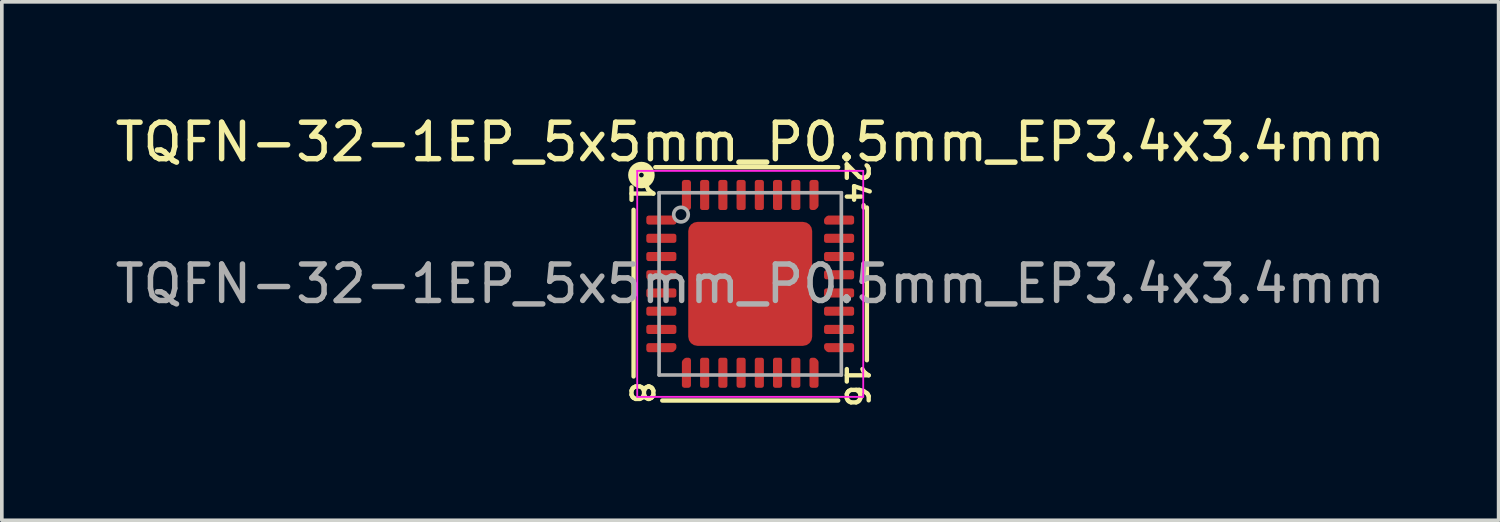
<source format=kicad_pcb>
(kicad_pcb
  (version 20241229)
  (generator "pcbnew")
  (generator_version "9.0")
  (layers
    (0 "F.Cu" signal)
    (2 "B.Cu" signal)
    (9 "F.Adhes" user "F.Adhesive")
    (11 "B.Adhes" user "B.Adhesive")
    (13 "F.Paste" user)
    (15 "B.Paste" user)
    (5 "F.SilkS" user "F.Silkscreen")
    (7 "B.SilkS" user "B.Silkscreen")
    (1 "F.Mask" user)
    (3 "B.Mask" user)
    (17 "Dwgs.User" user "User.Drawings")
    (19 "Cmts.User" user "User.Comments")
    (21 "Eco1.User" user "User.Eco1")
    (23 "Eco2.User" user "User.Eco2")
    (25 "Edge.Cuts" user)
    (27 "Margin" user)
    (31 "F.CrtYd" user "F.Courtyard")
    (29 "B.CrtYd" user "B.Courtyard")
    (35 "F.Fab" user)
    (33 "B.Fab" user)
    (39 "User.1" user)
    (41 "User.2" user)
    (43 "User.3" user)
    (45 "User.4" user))
  (footprint "TQFN-32-1EP_5x5mm_P0.5mm_EP3.4x3.4mm"
    (layer "F.Cu")
    (at 17.53 4.737)
    (property "Reference" "TQFN-32-1EP_5x5mm_P0.5mm_EP3.4x3.4mm" (at 0 -3.889 0) (layer "F.SilkS") (effects (font (size 1 1) (thickness 0.15))))
    (attr smd)
    (fp_line (start -3.2 -2.032) (end -3.2 2.54) (stroke (width 0.12) (type solid)) (layer "F.SilkS"))
    (fp_line (start -2.413 3.2) (end 2.413 3.2) (stroke (width 0.12) (type solid)) (layer "F.SilkS"))
    (fp_line (start 2.413 -3.2) (end -2.603 -3.2) (stroke (width 0.12) (type solid)) (layer "F.SilkS"))
    (fp_line (start 3.111 -2.095) (end 3.111 -2.159) (stroke (width 0.12) (type solid)) (layer "F.SilkS"))
    (fp_line (start 3.2 2.095) (end 3.2 -2.095) (stroke (width 0.12) (type solid)) (layer "F.SilkS"))
    (fp_circle (center -2.985 -2.985) (end -2.921 -2.985) (stroke (width 0.3) (type solid)) (fill no) (layer "F.SilkS"))
    (fp_line (start -3.1 -3.1) (end -3.1 3.1) (stroke (width 0.05) (type solid)) (layer "F.CrtYd"))
    (fp_line (start -3.1 3.1) (end 3.1 3.1) (stroke (width 0.05) (type solid)) (layer "F.CrtYd"))
    (fp_line (start 3.1 -3.1) (end -3.1 -3.1) (stroke (width 0.05) (type solid)) (layer "F.CrtYd"))
    (fp_line (start 3.1 3.1) (end 3.1 -3.1) (stroke (width 0.05) (type solid)) (layer "F.CrtYd"))
    (fp_line (start -2.5 -2.5) (end 2.5 -2.5) (stroke (width 0.1) (type solid)) (layer "F.Fab"))
    (fp_line (start -2.5 2.5) (end -2.5 -2.5) (stroke (width 0.1) (type solid)) (layer "F.Fab"))
    (fp_line (start 2.5 -2.5) (end 2.5 2.5) (stroke (width 0.1) (type solid)) (layer "F.Fab"))
    (fp_line (start 2.5 2.5) (end -2.5 2.5) (stroke (width 0.1) (type solid)) (layer "F.Fab"))
    (fp_circle (center -1.9 -1.9) (end -1.7 -1.9) (stroke (width 0.1) (type solid)) (fill no) (layer "F.Fab"))
    (fp_text user "8" (at -2.985 2.985 270) (unlocked yes) (layer "F.SilkS") (effects (font (size 0.6 0.6) (thickness 0.12))))
    (fp_text user "1" (at -2.985 -2.477 270) (unlocked yes) (layer "F.SilkS") (effects (font (size 0.6 0.6) (thickness 0.12))))
    (fp_text user "16" (at 2.921 2.794 270) (unlocked yes) (layer "F.SilkS") (effects (font (size 0.6 0.6) (thickness 0.12))))
    (fp_text user "24" (at 2.921 -2.794 270) (unlocked yes) (layer "F.SilkS") (effects (font (size 0.6 0.6) (thickness 0.12))))
    (fp_text user "${REFERENCE}" (at 0 0 0) (layer "F.Fab") (effects (font (size 1 1) (thickness 0.15))))
    (pad "" smd roundrect (at -0.85 -0.85) (size 1.37 1.37) (layers "F.Paste") (roundrect_rratio 0.182))
    (pad "" smd roundrect (at -0.85 0.85) (size 1.37 1.37) (layers "F.Paste") (roundrect_rratio 0.182))
    (pad "" smd roundrect (at 0.85 -0.85) (size 1.37 1.37) (layers "F.Paste") (roundrect_rratio 0.182))
    (pad "" smd roundrect (at 0.85 0.85) (size 1.37 1.37) (layers "F.Paste") (roundrect_rratio 0.182))
    (pad "1" smd custom (at -2.438 -1.75) (size 0.186 0.186) (layers "F.Cu" "F.Mask" "F.Paste") (options (anchor circle)) (primitives (gr_poly (pts (xy 0.35 -0.009) (xy 0.35 0.062) (xy -0.35 0.062) (xy -0.35 -0.062) (xy 0.297 -0.062)) (width 0.125) (fill yes))))
    (pad "2" smd roundrect (at -2.438 -1.25) (size 0.825 0.25) (layers "F.Cu" "F.Mask" "F.Paste") (roundrect_rratio 0.25))
    (pad "3" smd roundrect (at -2.438 -0.75) (size 0.825 0.25) (layers "F.Cu" "F.Mask" "F.Paste") (roundrect_rratio 0.25))
    (pad "4" smd roundrect (at -2.438 -0.25) (size 0.825 0.25) (layers "F.Cu" "F.Mask" "F.Paste") (roundrect_rratio 0.25))
    (pad "5" smd roundrect (at -2.438 0.25) (size 0.825 0.25) (layers "F.Cu" "F.Mask" "F.Paste") (roundrect_rratio 0.25))
    (pad "6" smd roundrect (at -2.438 0.75) (size 0.825 0.25) (layers "F.Cu" "F.Mask" "F.Paste") (roundrect_rratio 0.25))
    (pad "7" smd roundrect (at -2.438 1.25) (size 0.825 0.25) (layers "F.Cu" "F.Mask" "F.Paste") (roundrect_rratio 0.25))
    (pad "8" smd custom (at -2.438 1.75) (size 0.186 0.186) (layers "F.Cu" "F.Mask" "F.Paste") (options (anchor circle)) (primitives (gr_poly (pts (xy 0.35 0.009) (xy 0.297 0.062) (xy -0.35 0.062) (xy -0.35 -0.062) (xy 0.35 -0.062)) (width 0.125) (fill yes))))
    (pad "9" smd custom (at -1.75 2.438) (size 0.186 0.186) (layers "F.Cu" "F.Mask" "F.Paste") (options (anchor circle)) (primitives (gr_poly (pts (xy 0.062 0.35) (xy -0.062 0.35) (xy -0.062 -0.297) (xy -0.009 -0.35) (xy 0.062 -0.35)) (width 0.125) (fill yes))))
    (pad "10" smd roundrect (at -1.25 2.438) (size 0.25 0.825) (layers "F.Cu" "F.Mask" "F.Paste") (roundrect_rratio 0.25))
    (pad "11" smd roundrect (at -0.75 2.438) (size 0.25 0.825) (layers "F.Cu" "F.Mask" "F.Paste") (roundrect_rratio 0.25))
    (pad "12" smd roundrect (at -0.25 2.438) (size 0.25 0.825) (layers "F.Cu" "F.Mask" "F.Paste") (roundrect_rratio 0.25))
    (pad "13" smd roundrect (at 0.25 2.438) (size 0.25 0.825) (layers "F.Cu" "F.Mask" "F.Paste") (roundrect_rratio 0.25))
    (pad "14" smd roundrect (at 0.75 2.438) (size 0.25 0.825) (layers "F.Cu" "F.Mask" "F.Paste") (roundrect_rratio 0.25))
    (pad "15" smd roundrect (at 1.25 2.438) (size 0.25 0.825) (layers "F.Cu" "F.Mask" "F.Paste") (roundrect_rratio 0.25))
    (pad "16" smd custom (at 1.75 2.438) (size 0.186 0.186) (layers "F.Cu" "F.Mask" "F.Paste") (options (anchor circle)) (primitives (gr_poly (pts (xy 0.062 -0.297) (xy 0.062 0.35) (xy -0.062 0.35) (xy -0.062 -0.35) (xy 0.009 -0.35)) (width 0.125) (fill yes))))
    (pad "17" smd custom (at 2.438 1.75) (size 0.186 0.186) (layers "F.Cu" "F.Mask" "F.Paste") (options (anchor circle)) (primitives (gr_poly (pts (xy 0.35 0.062) (xy -0.297 0.062) (xy -0.35 0.009) (xy -0.35 -0.062) (xy 0.35 -0.062)) (width 0.125) (fill yes))))
    (pad "18" smd roundrect (at 2.438 1.25) (size 0.825 0.25) (layers "F.Cu" "F.Mask" "F.Paste") (roundrect_rratio 0.25))
    (pad "19" smd roundrect (at 2.438 0.75) (size 0.825 0.25) (layers "F.Cu" "F.Mask" "F.Paste") (roundrect_rratio 0.25))
    (pad "20" smd roundrect (at 2.438 0.25) (size 0.825 0.25) (layers "F.Cu" "F.Mask" "F.Paste") (roundrect_rratio 0.25))
    (pad "21" smd roundrect (at 2.438 -0.25) (size 0.825 0.25) (layers "F.Cu" "F.Mask" "F.Paste") (roundrect_rratio 0.25))
    (pad "22" smd roundrect (at 2.438 -0.75) (size 0.825 0.25) (layers "F.Cu" "F.Mask" "F.Paste") (roundrect_rratio 0.25))
    (pad "23" smd roundrect (at 2.438 -1.25) (size 0.825 0.25) (layers "F.Cu" "F.Mask" "F.Paste") (roundrect_rratio 0.25))
    (pad "24" smd custom (at 2.438 -1.75) (size 0.186 0.186) (layers "F.Cu" "F.Mask" "F.Paste") (options (anchor circle)) (primitives (gr_poly (pts (xy 0.35 0.062) (xy -0.35 0.062) (xy -0.35 -0.009) (xy -0.297 -0.062) (xy 0.35 -0.062)) (width 0.125) (fill yes))))
    (pad "25" smd custom (at 1.75 -2.438) (size 0.186 0.186) (layers "F.Cu" "F.Mask" "F.Paste") (options (anchor circle)) (primitives (gr_poly (pts (xy 0.062 0.297) (xy 0.009 0.35) (xy -0.062 0.35) (xy -0.062 -0.35) (xy 0.062 -0.35)) (width 0.125) (fill yes))))
    (pad "26" smd roundrect (at 1.25 -2.438) (size 0.25 0.825) (layers "F.Cu" "F.Mask" "F.Paste") (roundrect_rratio 0.25))
    (pad "27" smd roundrect (at 0.75 -2.438) (size 0.25 0.825) (layers "F.Cu" "F.Mask" "F.Paste") (roundrect_rratio 0.25))
    (pad "28" smd roundrect (at 0.25 -2.438) (size 0.25 0.825) (layers "F.Cu" "F.Mask" "F.Paste") (roundrect_rratio 0.25))
    (pad "29" smd roundrect (at -0.25 -2.438) (size 0.25 0.825) (layers "F.Cu" "F.Mask" "F.Paste") (roundrect_rratio 0.25))
    (pad "30" smd roundrect (at -0.75 -2.438) (size 0.25 0.825) (layers "F.Cu" "F.Mask" "F.Paste") (roundrect_rratio 0.25))
    (pad "31" smd roundrect (at -1.25 -2.438) (size 0.25 0.825) (layers "F.Cu" "F.Mask" "F.Paste") (roundrect_rratio 0.25))
    (pad "32" smd custom (at -1.75 -2.438) (size 0.186 0.186) (layers "F.Cu" "F.Mask" "F.Paste") (options (anchor circle)) (primitives (gr_poly (pts (xy 0.062 0.35) (xy -0.009 0.35) (xy -0.062 0.297) (xy -0.062 -0.35) (xy 0.062 -0.35)) (width 0.125) (fill yes))))
    (pad "33" smd roundrect (at 0 0) (size 3.4 3.4) (layers "F.Cu" "F.Mask") (roundrect_rratio 0.074)))
  (gr_rect
    (start -3 -3)
    (end 38.06 11.222)
    (stroke (width 0.1) (type default))
    (fill no)
    (layer "Edge.Cuts")))
</source>
